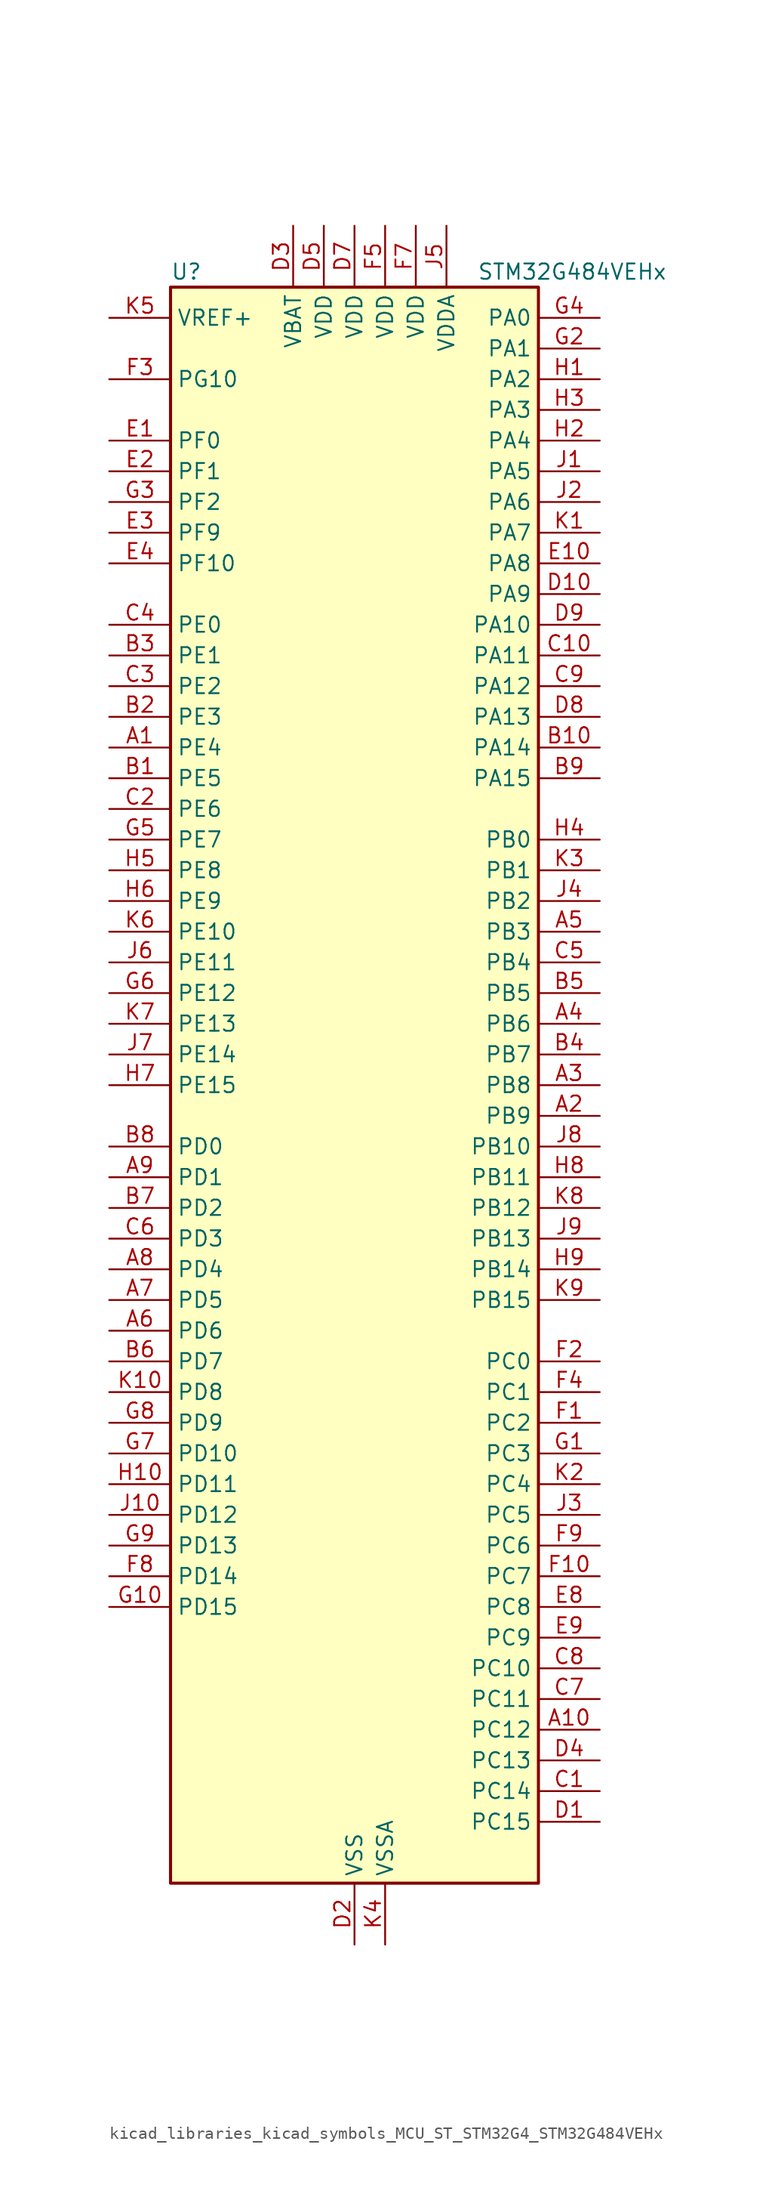
<source format=kicad_sym>
(kicad_symbol_lib
  (version 20220914)
  (generator kicad_symbol_editor)
  (symbol "kicad_libraries_kicad_symbols_MCU_ST_STM32G4_STM32G484VEHx"
    (property "Reference" "U"
      (at -15.24 67.31 0)
      (effects (font (size 1.27 1.27)) (justify left)))
    (property "Value" "STM32G484VEHx"
      (at 10.16 67.31 0)
      (effects (font (size 1.27 1.27)) (justify left)))
    (property "ki_locked" ""
      (at 0 0 0)
      (effects (font (size 1.27 1.27))))
    (symbol "kicad_libraries_kicad_symbols_MCU_ST_STM32G4_STM32G484VEHx_0_1"
      (rectangle (start -15.24 -66.04) (end 15.24 66.04) (stroke (width 0.254) (type default)) (fill (type background))))
    (symbol "kicad_libraries_kicad_symbols_MCU_ST_STM32G4_STM32G484VEHx_1_1"
      (pin bidirectional line (at -20.32 27.94 0) (length 5.08) (name "PE4" (effects (font (size 1.27 1.27)))) (number "A1" (effects (font (size 1.27 1.27)))) (alternate "FMC_A20" bidirectional line) (alternate "SAI1_D2" bidirectional line) (alternate "SAI1_FS_A" bidirectional line) (alternate "SPI4_NSS" bidirectional line) (alternate "SYS_TRACED1" bidirectional line) (alternate "TIM20_CH1N" bidirectional line) (alternate "TIM3_CH3" bidirectional line))
      (pin bidirectional line (at 20.32 -53.34 180) (length 5.08) (name "PC12" (effects (font (size 1.27 1.27)))) (number "A10" (effects (font (size 1.27 1.27)))) (alternate "HRTIM1_EEV1" bidirectional line) (alternate "I2S3_SD" bidirectional line) (alternate "SPI3_MOSI" bidirectional line) (alternate "TIM5_CH2" bidirectional line) (alternate "TIM8_CH3N" bidirectional line) (alternate "UART5_TX" bidirectional line) (alternate "UCPD1_FRSTX1" bidirectional line) (alternate "UCPD1_FRSTX2" bidirectional line) (alternate "USART3_CK" bidirectional line))
      (pin bidirectional line (at 20.32 -2.54 180) (length 5.08) (name "PB9" (effects (font (size 1.27 1.27)))) (number "A2" (effects (font (size 1.27 1.27)))) (alternate "COMP2_OUT" bidirectional line) (alternate "DAC1_EXTI9" bidirectional line) (alternate "DAC2_EXTI9" bidirectional line) (alternate "DAC3_EXTI9" bidirectional line) (alternate "DAC4_EXTI9" bidirectional line) (alternate "FDCAN1_TX" bidirectional line) (alternate "HRTIM1_EEV5" bidirectional line) (alternate "I2C1_SDA" bidirectional line) (alternate "IR_OUT" bidirectional line) (alternate "SAI1_D2" bidirectional line) (alternate "SAI1_FS_A" bidirectional line) (alternate "TIM17_CH1" bidirectional line) (alternate "TIM1_CH3N" bidirectional line) (alternate "TIM4_CH4" bidirectional line) (alternate "TIM8_CH3" bidirectional line) (alternate "USART3_TX" bidirectional line))
      (pin bidirectional line (at 20.32 0 180) (length 5.08) (name "PB8" (effects (font (size 1.27 1.27)))) (number "A3" (effects (font (size 1.27 1.27)))) (alternate "COMP1_OUT" bidirectional line) (alternate "FDCAN1_RX" bidirectional line) (alternate "HRTIM1_EEV8" bidirectional line) (alternate "I2C1_SCL" bidirectional line) (alternate "SAI1_CK1" bidirectional line) (alternate "SAI1_MCLK_A" bidirectional line) (alternate "TIM16_CH1" bidirectional line) (alternate "TIM1_BKIN" bidirectional line) (alternate "TIM4_CH3" bidirectional line) (alternate "TIM8_CH2" bidirectional line) (alternate "USART3_RX" bidirectional line))
      (pin bidirectional line (at 20.32 5.08 180) (length 5.08) (name "PB6" (effects (font (size 1.27 1.27)))) (number "A4" (effects (font (size 1.27 1.27)))) (alternate "COMP4_OUT" bidirectional line) (alternate "FDCAN2_TX" bidirectional line) (alternate "HRTIM1_EEV4" bidirectional line) (alternate "HRTIM1_SCIN" bidirectional line) (alternate "LPTIM1_ETR" bidirectional line) (alternate "SAI1_FS_B" bidirectional line) (alternate "TIM16_CH1N" bidirectional line) (alternate "TIM4_CH1" bidirectional line) (alternate "TIM8_BKIN2" bidirectional line) (alternate "TIM8_CH1" bidirectional line) (alternate "TIM8_ETR" bidirectional line) (alternate "UCPD1_CC1" bidirectional line) (alternate "USART1_TX" bidirectional line))
      (pin bidirectional line (at 20.32 12.7 180) (length 5.08) (name "PB3" (effects (font (size 1.27 1.27)))) (number "A5" (effects (font (size 1.27 1.27)))) (alternate "ADC3_EXTI3" bidirectional line) (alternate "ADC4_EXTI3" bidirectional line) (alternate "ADC5_EXTI3" bidirectional line) (alternate "CRS_SYNC" bidirectional line) (alternate "FDCAN3_RX" bidirectional line) (alternate "HRTIM1_EEV9" bidirectional line) (alternate "HRTIM1_SCOUT" bidirectional line) (alternate "I2S3_CK" bidirectional line) (alternate "SAI1_SCK_B" bidirectional line) (alternate "SPI1_SCK" bidirectional line) (alternate "SPI3_SCK" bidirectional line) (alternate "SYS_JTDO-SWO" bidirectional line) (alternate "TIM2_CH2" bidirectional line) (alternate "TIM3_ETR" bidirectional line) (alternate "TIM4_ETR" bidirectional line) (alternate "TIM8_CH1N" bidirectional line) (alternate "USART2_TX" bidirectional line))
      (pin bidirectional line (at -20.32 -20.32 0) (length 5.08) (name "PD6" (effects (font (size 1.27 1.27)))) (number "A6" (effects (font (size 1.27 1.27)))) (alternate "FMC_NWAIT" bidirectional line) (alternate "QUADSPI1_BK2_IO2" bidirectional line) (alternate "SAI1_D1" bidirectional line) (alternate "SAI1_SD_A" bidirectional line) (alternate "TIM2_CH4" bidirectional line) (alternate "USART2_RX" bidirectional line))
      (pin bidirectional line (at -20.32 -17.78 0) (length 5.08) (name "PD5" (effects (font (size 1.27 1.27)))) (number "A7" (effects (font (size 1.27 1.27)))) (alternate "FMC_NWE" bidirectional line) (alternate "QUADSPI1_BK2_IO1" bidirectional line) (alternate "USART2_TX" bidirectional line))
      (pin bidirectional line (at -20.32 -15.24 0) (length 5.08) (name "PD4" (effects (font (size 1.27 1.27)))) (number "A8" (effects (font (size 1.27 1.27)))) (alternate "FMC_NOE" bidirectional line) (alternate "QUADSPI1_BK2_IO0" bidirectional line) (alternate "TIM2_CH2" bidirectional line) (alternate "USART2_DE" bidirectional line) (alternate "USART2_RTS" bidirectional line))
      (pin bidirectional line (at -20.32 -7.62 0) (length 5.08) (name "PD1" (effects (font (size 1.27 1.27)))) (number "A9" (effects (font (size 1.27 1.27)))) (alternate "FDCAN1_TX" bidirectional line) (alternate "FMC_D3" bidirectional line) (alternate "FMC_DA3" bidirectional line) (alternate "TIM8_BKIN2" bidirectional line) (alternate "TIM8_CH4" bidirectional line))
      (pin bidirectional line (at -20.32 25.4 0) (length 5.08) (name "PE5" (effects (font (size 1.27 1.27)))) (number "B1" (effects (font (size 1.27 1.27)))) (alternate "FMC_A21" bidirectional line) (alternate "SAI1_CK2" bidirectional line) (alternate "SAI1_SCK_A" bidirectional line) (alternate "SPI4_MISO" bidirectional line) (alternate "SYS_TRACED2" bidirectional line) (alternate "TIM20_CH2N" bidirectional line) (alternate "TIM3_CH4" bidirectional line))
      (pin bidirectional line (at 20.32 27.94 180) (length 5.08) (name "PA14" (effects (font (size 1.27 1.27)))) (number "B10" (effects (font (size 1.27 1.27)))) (alternate "I2C1_SDA" bidirectional line) (alternate "I2C4_SMBA" bidirectional line) (alternate "LPTIM1_OUT" bidirectional line) (alternate "SAI1_FS_B" bidirectional line) (alternate "SYS_JTCK-SWCLK" bidirectional line) (alternate "TIM1_BKIN" bidirectional line) (alternate "TIM8_CH2" bidirectional line) (alternate "USART2_TX" bidirectional line))
      (pin bidirectional line (at -20.32 30.48 0) (length 5.08) (name "PE3" (effects (font (size 1.27 1.27)))) (number "B2" (effects (font (size 1.27 1.27)))) (alternate "ADC3_EXTI3" bidirectional line) (alternate "ADC4_EXTI3" bidirectional line) (alternate "ADC5_EXTI3" bidirectional line) (alternate "FMC_A19" bidirectional line) (alternate "SAI1_SD_B" bidirectional line) (alternate "SPI4_NSS" bidirectional line) (alternate "SYS_TRACED0" bidirectional line) (alternate "TIM20_CH2" bidirectional line) (alternate "TIM3_CH2" bidirectional line))
      (pin bidirectional line (at -20.32 35.56 0) (length 5.08) (name "PE1" (effects (font (size 1.27 1.27)))) (number "B3" (effects (font (size 1.27 1.27)))) (alternate "FMC_NBL1" bidirectional line) (alternate "TIM17_CH1" bidirectional line) (alternate "TIM20_CH4" bidirectional line) (alternate "USART1_RX" bidirectional line))
      (pin bidirectional line (at 20.32 2.54 180) (length 5.08) (name "PB7" (effects (font (size 1.27 1.27)))) (number "B4" (effects (font (size 1.27 1.27)))) (alternate "COMP3_OUT" bidirectional line) (alternate "FMC_NL" bidirectional line) (alternate "HRTIM1_EEV3" bidirectional line) (alternate "I2C1_SDA" bidirectional line) (alternate "I2C4_SDA" bidirectional line) (alternate "LPTIM1_IN2" bidirectional line) (alternate "SYS_PVD_IN" bidirectional line) (alternate "TIM17_CH1N" bidirectional line) (alternate "TIM3_CH4" bidirectional line) (alternate "TIM4_CH2" bidirectional line) (alternate "TIM8_BKIN" bidirectional line) (alternate "UART4_CTS" bidirectional line) (alternate "USART1_RX" bidirectional line))
      (pin bidirectional line (at 20.32 7.62 180) (length 5.08) (name "PB5" (effects (font (size 1.27 1.27)))) (number "B5" (effects (font (size 1.27 1.27)))) (alternate "FDCAN2_RX" bidirectional line) (alternate "HRTIM1_EEV6" bidirectional line) (alternate "I2C1_SMBA" bidirectional line) (alternate "I2C3_SDA" bidirectional line) (alternate "I2S3_SD" bidirectional line) (alternate "LPTIM1_IN1" bidirectional line) (alternate "SAI1_SD_B" bidirectional line) (alternate "SPI1_MOSI" bidirectional line) (alternate "SPI3_MOSI" bidirectional line) (alternate "TIM16_BKIN" bidirectional line) (alternate "TIM17_CH1" bidirectional line) (alternate "TIM3_CH2" bidirectional line) (alternate "TIM8_CH3N" bidirectional line) (alternate "UART5_CTS" bidirectional line) (alternate "USART2_CK" bidirectional line))
      (pin bidirectional line (at -20.32 -22.86 0) (length 5.08) (name "PD7" (effects (font (size 1.27 1.27)))) (number "B6" (effects (font (size 1.27 1.27)))) (alternate "FMC_NCE" bidirectional line) (alternate "FMC_NE1" bidirectional line) (alternate "QUADSPI1_BK2_IO3" bidirectional line) (alternate "TIM2_CH3" bidirectional line) (alternate "USART2_CK" bidirectional line))
      (pin bidirectional line (at -20.32 -10.16 0) (length 5.08) (name "PD2" (effects (font (size 1.27 1.27)))) (number "B7" (effects (font (size 1.27 1.27)))) (alternate "ADC3_EXTI2" bidirectional line) (alternate "ADC4_EXTI2" bidirectional line) (alternate "ADC5_EXTI2" bidirectional line) (alternate "TIM3_ETR" bidirectional line) (alternate "TIM8_BKIN" bidirectional line) (alternate "UART5_RX" bidirectional line))
      (pin bidirectional line (at -20.32 -5.08 0) (length 5.08) (name "PD0" (effects (font (size 1.27 1.27)))) (number "B8" (effects (font (size 1.27 1.27)))) (alternate "FDCAN1_RX" bidirectional line) (alternate "FMC_D2" bidirectional line) (alternate "FMC_DA2" bidirectional line) (alternate "TIM8_CH4N" bidirectional line))
      (pin bidirectional line (at 20.32 25.4 180) (length 5.08) (name "PA15" (effects (font (size 1.27 1.27)))) (number "B9" (effects (font (size 1.27 1.27)))) (alternate "ADC1_EXTI15" bidirectional line) (alternate "ADC2_EXTI15" bidirectional line) (alternate "FDCAN3_TX" bidirectional line) (alternate "HRTIM1_FLT2" bidirectional line) (alternate "I2C1_SCL" bidirectional line) (alternate "I2S3_WS" bidirectional line) (alternate "SPI1_NSS" bidirectional line) (alternate "SPI3_NSS" bidirectional line) (alternate "SYS_JTDI" bidirectional line) (alternate "TIM1_BKIN" bidirectional line) (alternate "TIM2_CH1" bidirectional line) (alternate "TIM2_ETR" bidirectional line) (alternate "TIM8_CH1" bidirectional line) (alternate "UART4_DE" bidirectional line) (alternate "UART4_RTS" bidirectional line) (alternate "USART2_RX" bidirectional line))
      (pin bidirectional line (at 20.32 -58.42 180) (length 5.08) (name "PC14" (effects (font (size 1.27 1.27)))) (number "C1" (effects (font (size 1.27 1.27)))) (alternate "RCC_OSC32_IN" bidirectional line))
      (pin bidirectional line (at 20.32 35.56 180) (length 5.08) (name "PA11" (effects (font (size 1.27 1.27)))) (number "C10" (effects (font (size 1.27 1.27)))) (alternate "ADC1_EXTI11" bidirectional line) (alternate "ADC2_EXTI11" bidirectional line) (alternate "COMP1_OUT" bidirectional line) (alternate "FDCAN1_RX" bidirectional line) (alternate "HRTIM1_CHB2" bidirectional line) (alternate "I2S2_SD" bidirectional line) (alternate "SPI2_MOSI" bidirectional line) (alternate "TIM1_BKIN2" bidirectional line) (alternate "TIM1_CH1N" bidirectional line) (alternate "TIM1_CH4" bidirectional line) (alternate "TIM4_CH1" bidirectional line) (alternate "USART1_CTS" bidirectional line) (alternate "USART1_NSS" bidirectional line) (alternate "USB_DM" bidirectional line))
      (pin bidirectional line (at -20.32 22.86 0) (length 5.08) (name "PE6" (effects (font (size 1.27 1.27)))) (number "C2" (effects (font (size 1.27 1.27)))) (alternate "FMC_A22" bidirectional line) (alternate "RTC_TAMP3" bidirectional line) (alternate "SAI1_D1" bidirectional line) (alternate "SAI1_SD_A" bidirectional line) (alternate "SPI4_MOSI" bidirectional line) (alternate "SYS_TRACED3" bidirectional line) (alternate "SYS_WKUP3" bidirectional line) (alternate "TIM20_CH3N" bidirectional line))
      (pin bidirectional line (at -20.32 33.02 0) (length 5.08) (name "PE2" (effects (font (size 1.27 1.27)))) (number "C3" (effects (font (size 1.27 1.27)))) (alternate "ADC3_EXTI2" bidirectional line) (alternate "ADC4_EXTI2" bidirectional line) (alternate "ADC5_EXTI2" bidirectional line) (alternate "FMC_A23" bidirectional line) (alternate "SAI1_CK1" bidirectional line) (alternate "SAI1_MCLK_A" bidirectional line) (alternate "SPI4_SCK" bidirectional line) (alternate "SYS_TRACECLK" bidirectional line) (alternate "TIM20_CH1" bidirectional line) (alternate "TIM3_CH1" bidirectional line))
      (pin bidirectional line (at -20.32 38.1 0) (length 5.08) (name "PE0" (effects (font (size 1.27 1.27)))) (number "C4" (effects (font (size 1.27 1.27)))) (alternate "FMC_NBL0" bidirectional line) (alternate "TIM16_CH1" bidirectional line) (alternate "TIM20_CH4N" bidirectional line) (alternate "TIM20_ETR" bidirectional line) (alternate "TIM4_ETR" bidirectional line) (alternate "USART1_TX" bidirectional line))
      (pin bidirectional line (at 20.32 10.16 180) (length 5.08) (name "PB4" (effects (font (size 1.27 1.27)))) (number "C5" (effects (font (size 1.27 1.27)))) (alternate "FDCAN3_TX" bidirectional line) (alternate "HRTIM1_EEV7" bidirectional line) (alternate "SAI1_MCLK_B" bidirectional line) (alternate "SPI1_MISO" bidirectional line) (alternate "SPI3_MISO" bidirectional line) (alternate "SYS_JTRST" bidirectional line) (alternate "TIM16_CH1" bidirectional line) (alternate "TIM17_BKIN" bidirectional line) (alternate "TIM3_CH1" bidirectional line) (alternate "TIM8_CH2N" bidirectional line) (alternate "UART5_DE" bidirectional line) (alternate "UART5_RTS" bidirectional line) (alternate "UCPD1_CC2" bidirectional line) (alternate "USART2_RX" bidirectional line))
      (pin bidirectional line (at -20.32 -12.7 0) (length 5.08) (name "PD3" (effects (font (size 1.27 1.27)))) (number "C6" (effects (font (size 1.27 1.27)))) (alternate "ADC3_EXTI3" bidirectional line) (alternate "ADC4_EXTI3" bidirectional line) (alternate "ADC5_EXTI3" bidirectional line) (alternate "FMC_CLK" bidirectional line) (alternate "QUADSPI1_BK2_NCS" bidirectional line) (alternate "TIM2_CH1" bidirectional line) (alternate "TIM2_ETR" bidirectional line) (alternate "USART2_CTS" bidirectional line) (alternate "USART2_NSS" bidirectional line))
      (pin bidirectional line (at 20.32 -50.8 180) (length 5.08) (name "PC11" (effects (font (size 1.27 1.27)))) (number "C7" (effects (font (size 1.27 1.27)))) (alternate "ADC1_EXTI11" bidirectional line) (alternate "ADC2_EXTI11" bidirectional line) (alternate "HRTIM1_EEV2" bidirectional line) (alternate "I2C3_SDA" bidirectional line) (alternate "SPI3_MISO" bidirectional line) (alternate "TIM8_CH2N" bidirectional line) (alternate "UART4_RX" bidirectional line) (alternate "USART3_RX" bidirectional line))
      (pin bidirectional line (at 20.32 -48.26 180) (length 5.08) (name "PC10" (effects (font (size 1.27 1.27)))) (number "C8" (effects (font (size 1.27 1.27)))) (alternate "DAC1_EXTI10" bidirectional line) (alternate "DAC2_EXTI10" bidirectional line) (alternate "DAC3_EXTI10" bidirectional line) (alternate "DAC4_EXTI10" bidirectional line) (alternate "HRTIM1_FLT6" bidirectional line) (alternate "I2S3_CK" bidirectional line) (alternate "SPI3_SCK" bidirectional line) (alternate "TIM8_CH1N" bidirectional line) (alternate "UART4_TX" bidirectional line) (alternate "USART3_TX" bidirectional line))
      (pin bidirectional line (at 20.32 33.02 180) (length 5.08) (name "PA12" (effects (font (size 1.27 1.27)))) (number "C9" (effects (font (size 1.27 1.27)))) (alternate "COMP2_OUT" bidirectional line) (alternate "FDCAN1_TX" bidirectional line) (alternate "HRTIM1_FLT1" bidirectional line) (alternate "I2S_CKIN" bidirectional line) (alternate "TIM16_CH1" bidirectional line) (alternate "TIM1_CH2N" bidirectional line) (alternate "TIM1_ETR" bidirectional line) (alternate "TIM4_CH2" bidirectional line) (alternate "USART1_DE" bidirectional line) (alternate "USART1_RTS" bidirectional line) (alternate "USB_DP" bidirectional line))
      (pin bidirectional line (at 20.32 -60.96 180) (length 5.08) (name "PC15" (effects (font (size 1.27 1.27)))) (number "D1" (effects (font (size 1.27 1.27)))) (alternate "ADC1_EXTI15" bidirectional line) (alternate "ADC2_EXTI15" bidirectional line) (alternate "RCC_OSC32_OUT" bidirectional line))
      (pin bidirectional line (at 20.32 40.64 180) (length 5.08) (name "PA9" (effects (font (size 1.27 1.27)))) (number "D10" (effects (font (size 1.27 1.27)))) (alternate "ADC5_IN2" bidirectional line) (alternate "COMP5_OUT" bidirectional line) (alternate "DAC1_EXTI9" bidirectional line) (alternate "DAC2_EXTI9" bidirectional line) (alternate "DAC3_EXTI9" bidirectional line) (alternate "DAC4_EXTI9" bidirectional line) (alternate "HRTIM1_CHA2" bidirectional line) (alternate "I2C2_SCL" bidirectional line) (alternate "I2C3_SMBA" bidirectional line) (alternate "I2S3_MCK" bidirectional line) (alternate "SAI1_FS_A" bidirectional line) (alternate "TIM15_BKIN" bidirectional line) (alternate "TIM1_CH2" bidirectional line) (alternate "TIM2_CH3" bidirectional line) (alternate "UCPD1_DBCC1" bidirectional line) (alternate "USART1_TX" bidirectional line))
      (pin power_in line (at 0 -71.12 90) (length 5.08) (name "VSS" (effects (font (size 1.27 1.27)))) (number "D2" (effects (font (size 1.27 1.27)))))
      (pin power_in line (at -5.08 71.12 270) (length 5.08) (name "VBAT" (effects (font (size 1.27 1.27)))) (number "D3" (effects (font (size 1.27 1.27)))))
      (pin bidirectional line (at 20.32 -55.88 180) (length 5.08) (name "PC13" (effects (font (size 1.27 1.27)))) (number "D4" (effects (font (size 1.27 1.27)))) (alternate "RTC_OUT1" bidirectional line) (alternate "RTC_TAMP1" bidirectional line) (alternate "RTC_TS" bidirectional line) (alternate "SYS_WKUP2" bidirectional line) (alternate "TIM1_BKIN" bidirectional line) (alternate "TIM1_CH1N" bidirectional line) (alternate "TIM8_CH4N" bidirectional line))
      (pin power_in line (at -2.54 71.12 270) (length 5.08) (name "VDD" (effects (font (size 1.27 1.27)))) (number "D5" (effects (font (size 1.27 1.27)))))
      (pin passive line (at 0 -71.12 90) (length 5.08) hide (name "VSS" (effects (font (size 1.27 1.27)))) (number "D6" (effects (font (size 1.27 1.27)))))
      (pin power_in line (at 0 71.12 270) (length 5.08) (name "VDD" (effects (font (size 1.27 1.27)))) (number "D7" (effects (font (size 1.27 1.27)))))
      (pin bidirectional line (at 20.32 30.48 180) (length 5.08) (name "PA13" (effects (font (size 1.27 1.27)))) (number "D8" (effects (font (size 1.27 1.27)))) (alternate "I2C1_SCL" bidirectional line) (alternate "I2C4_SCL" bidirectional line) (alternate "IR_OUT" bidirectional line) (alternate "SAI1_SD_B" bidirectional line) (alternate "SYS_JTMS-SWDIO" bidirectional line) (alternate "TIM16_CH1N" bidirectional line) (alternate "TIM4_CH3" bidirectional line) (alternate "USART3_CTS" bidirectional line) (alternate "USART3_NSS" bidirectional line))
      (pin bidirectional line (at 20.32 38.1 180) (length 5.08) (name "PA10" (effects (font (size 1.27 1.27)))) (number "D9" (effects (font (size 1.27 1.27)))) (alternate "COMP6_OUT" bidirectional line) (alternate "CRS_SYNC" bidirectional line) (alternate "DAC1_EXTI10" bidirectional line) (alternate "DAC2_EXTI10" bidirectional line) (alternate "DAC3_EXTI10" bidirectional line) (alternate "DAC4_EXTI10" bidirectional line) (alternate "HRTIM1_CHB1" bidirectional line) (alternate "I2C2_SMBA" bidirectional line) (alternate "SAI1_D1" bidirectional line) (alternate "SAI1_SD_A" bidirectional line) (alternate "SPI2_MISO" bidirectional line) (alternate "TIM17_BKIN" bidirectional line) (alternate "TIM1_CH3" bidirectional line) (alternate "TIM2_CH4" bidirectional line) (alternate "TIM8_BKIN" bidirectional line) (alternate "UCPD1_DBCC2" bidirectional line) (alternate "USART1_RX" bidirectional line))
      (pin bidirectional line (at -20.32 53.34 0) (length 5.08) (name "PF0" (effects (font (size 1.27 1.27)))) (number "E1" (effects (font (size 1.27 1.27)))) (alternate "ADC1_IN10" bidirectional line) (alternate "I2C2_SDA" bidirectional line) (alternate "I2S2_WS" bidirectional line) (alternate "RCC_OSC_IN" bidirectional line) (alternate "SPI2_NSS" bidirectional line) (alternate "TIM1_CH3N" bidirectional line))
      (pin bidirectional line (at 20.32 43.18 180) (length 5.08) (name "PA8" (effects (font (size 1.27 1.27)))) (number "E10" (effects (font (size 1.27 1.27)))) (alternate "ADC5_IN1" bidirectional line) (alternate "COMP7_OUT" bidirectional line) (alternate "FDCAN3_RX" bidirectional line) (alternate "HRTIM1_CHA1" bidirectional line) (alternate "I2C2_SDA" bidirectional line) (alternate "I2C3_SCL" bidirectional line) (alternate "I2S2_MCK" bidirectional line) (alternate "OPAMP5_VOUT" bidirectional line) (alternate "RCC_MCO" bidirectional line) (alternate "SAI1_CK2" bidirectional line) (alternate "SAI1_SCK_A" bidirectional line) (alternate "TIM1_CH1" bidirectional line) (alternate "TIM4_ETR" bidirectional line) (alternate "USART1_CK" bidirectional line))
      (pin bidirectional line (at -20.32 50.8 0) (length 5.08) (name "PF1" (effects (font (size 1.27 1.27)))) (number "E2" (effects (font (size 1.27 1.27)))) (alternate "ADC2_IN10" bidirectional line) (alternate "COMP3_INM" bidirectional line) (alternate "I2S2_CK" bidirectional line) (alternate "RCC_OSC_OUT" bidirectional line) (alternate "SPI2_SCK" bidirectional line))
      (pin bidirectional line (at -20.32 45.72 0) (length 5.08) (name "PF9" (effects (font (size 1.27 1.27)))) (number "E3" (effects (font (size 1.27 1.27)))) (alternate "DAC1_EXTI9" bidirectional line) (alternate "DAC2_EXTI9" bidirectional line) (alternate "DAC3_EXTI9" bidirectional line) (alternate "DAC4_EXTI9" bidirectional line) (alternate "FMC_A25" bidirectional line) (alternate "QUADSPI1_BK1_IO1" bidirectional line) (alternate "SAI1_FS_B" bidirectional line) (alternate "SPI2_SCK" bidirectional line) (alternate "TIM15_CH1" bidirectional line) (alternate "TIM20_BKIN" bidirectional line) (alternate "TIM5_CH4" bidirectional line))
      (pin bidirectional line (at -20.32 43.18 0) (length 5.08) (name "PF10" (effects (font (size 1.27 1.27)))) (number "E4" (effects (font (size 1.27 1.27)))) (alternate "DAC1_EXTI10" bidirectional line) (alternate "DAC2_EXTI10" bidirectional line) (alternate "DAC3_EXTI10" bidirectional line) (alternate "DAC4_EXTI10" bidirectional line) (alternate "FMC_A0" bidirectional line) (alternate "QUADSPI1_CLK" bidirectional line) (alternate "SAI1_D3" bidirectional line) (alternate "SPI2_SCK" bidirectional line) (alternate "TIM15_CH2" bidirectional line) (alternate "TIM20_BKIN2" bidirectional line))
      (pin passive line (at 0 -71.12 90) (length 5.08) hide (name "VSS" (effects (font (size 1.27 1.27)))) (number "E5" (effects (font (size 1.27 1.27)))))
      (pin passive line (at 0 -71.12 90) (length 5.08) hide (name "VSS" (effects (font (size 1.27 1.27)))) (number "E6" (effects (font (size 1.27 1.27)))))
      (pin passive line (at 0 -71.12 90) (length 5.08) hide (name "VSS" (effects (font (size 1.27 1.27)))) (number "E7" (effects (font (size 1.27 1.27)))))
      (pin bidirectional line (at 20.32 -43.18 180) (length 5.08) (name "PC8" (effects (font (size 1.27 1.27)))) (number "E8" (effects (font (size 1.27 1.27)))) (alternate "COMP7_OUT" bidirectional line) (alternate "HRTIM1_CHE1" bidirectional line) (alternate "I2C3_SCL" bidirectional line) (alternate "TIM20_CH3" bidirectional line) (alternate "TIM3_CH3" bidirectional line) (alternate "TIM8_CH3" bidirectional line))
      (pin bidirectional line (at 20.32 -45.72 180) (length 5.08) (name "PC9" (effects (font (size 1.27 1.27)))) (number "E9" (effects (font (size 1.27 1.27)))) (alternate "DAC1_EXTI9" bidirectional line) (alternate "DAC2_EXTI9" bidirectional line) (alternate "DAC3_EXTI9" bidirectional line) (alternate "DAC4_EXTI9" bidirectional line) (alternate "HRTIM1_CHE2" bidirectional line) (alternate "I2C3_SDA" bidirectional line) (alternate "I2S_CKIN" bidirectional line) (alternate "TIM3_CH4" bidirectional line) (alternate "TIM8_BKIN2" bidirectional line) (alternate "TIM8_CH4" bidirectional line))
      (pin bidirectional line (at 20.32 -27.94 180) (length 5.08) (name "PC2" (effects (font (size 1.27 1.27)))) (number "F1" (effects (font (size 1.27 1.27)))) (alternate "ADC1_IN8" bidirectional line) (alternate "ADC2_IN8" bidirectional line) (alternate "ADC3_EXTI2" bidirectional line) (alternate "ADC4_EXTI2" bidirectional line) (alternate "ADC5_EXTI2" bidirectional line) (alternate "COMP3_OUT" bidirectional line) (alternate "LPTIM1_IN2" bidirectional line) (alternate "QUADSPI1_BK2_IO1" bidirectional line) (alternate "TIM1_CH3" bidirectional line) (alternate "TIM20_CH2" bidirectional line))
      (pin bidirectional line (at 20.32 -40.64 180) (length 5.08) (name "PC7" (effects (font (size 1.27 1.27)))) (number "F10" (effects (font (size 1.27 1.27)))) (alternate "COMP5_OUT" bidirectional line) (alternate "HRTIM1_CHF2" bidirectional line) (alternate "HRTIM1_FLT5" bidirectional line) (alternate "I2C4_SDA" bidirectional line) (alternate "I2S3_MCK" bidirectional line) (alternate "TIM3_CH2" bidirectional line) (alternate "TIM8_CH2" bidirectional line))
      (pin bidirectional line (at 20.32 -22.86 180) (length 5.08) (name "PC0" (effects (font (size 1.27 1.27)))) (number "F2" (effects (font (size 1.27 1.27)))) (alternate "ADC1_IN6" bidirectional line) (alternate "ADC2_IN6" bidirectional line) (alternate "COMP3_INM" bidirectional line) (alternate "LPTIM1_IN1" bidirectional line) (alternate "LPUART1_RX" bidirectional line) (alternate "TIM1_CH1" bidirectional line))
      (pin bidirectional line (at -20.32 58.42 0) (length 5.08) (name "PG10" (effects (font (size 1.27 1.27)))) (number "F3" (effects (font (size 1.27 1.27)))) (alternate "DAC1_EXTI10" bidirectional line) (alternate "DAC2_EXTI10" bidirectional line) (alternate "DAC3_EXTI10" bidirectional line) (alternate "DAC4_EXTI10" bidirectional line) (alternate "RCC_MCO" bidirectional line))
      (pin bidirectional line (at 20.32 -25.4 180) (length 5.08) (name "PC1" (effects (font (size 1.27 1.27)))) (number "F4" (effects (font (size 1.27 1.27)))) (alternate "ADC1_IN7" bidirectional line) (alternate "ADC2_IN7" bidirectional line) (alternate "COMP3_INP" bidirectional line) (alternate "LPTIM1_OUT" bidirectional line) (alternate "LPUART1_TX" bidirectional line) (alternate "QUADSPI1_BK2_IO0" bidirectional line) (alternate "SAI1_SD_A" bidirectional line) (alternate "TIM1_CH2" bidirectional line))
      (pin power_in line (at 2.54 71.12 270) (length 5.08) (name "VDD" (effects (font (size 1.27 1.27)))) (number "F5" (effects (font (size 1.27 1.27)))))
      (pin passive line (at 0 -71.12 90) (length 5.08) hide (name "VSS" (effects (font (size 1.27 1.27)))) (number "F6" (effects (font (size 1.27 1.27)))))
      (pin power_in line (at 5.08 71.12 270) (length 5.08) (name "VDD" (effects (font (size 1.27 1.27)))) (number "F7" (effects (font (size 1.27 1.27)))))
      (pin bidirectional line (at -20.32 -40.64 0) (length 5.08) (name "PD14" (effects (font (size 1.27 1.27)))) (number "F8" (effects (font (size 1.27 1.27)))) (alternate "ADC3_IN11" bidirectional line) (alternate "ADC4_IN11" bidirectional line) (alternate "ADC5_IN11" bidirectional line) (alternate "COMP7_INP" bidirectional line) (alternate "FMC_D0" bidirectional line) (alternate "FMC_DA0" bidirectional line) (alternate "OPAMP2_VINP" bidirectional line) (alternate "OPAMP2_VINP_SEC" bidirectional line) (alternate "TIM4_CH3" bidirectional line))
      (pin bidirectional line (at 20.32 -38.1 180) (length 5.08) (name "PC6" (effects (font (size 1.27 1.27)))) (number "F9" (effects (font (size 1.27 1.27)))) (alternate "COMP6_OUT" bidirectional line) (alternate "HRTIM1_CHF1" bidirectional line) (alternate "HRTIM1_EEV10" bidirectional line) (alternate "I2C4_SCL" bidirectional line) (alternate "I2S2_MCK" bidirectional line) (alternate "TIM3_CH1" bidirectional line) (alternate "TIM8_CH1" bidirectional line))
      (pin bidirectional line (at 20.32 -30.48 180) (length 5.08) (name "PC3" (effects (font (size 1.27 1.27)))) (number "G1" (effects (font (size 1.27 1.27)))) (alternate "ADC1_IN9" bidirectional line) (alternate "ADC2_IN9" bidirectional line) (alternate "ADC3_EXTI3" bidirectional line) (alternate "ADC4_EXTI3" bidirectional line) (alternate "ADC5_EXTI3" bidirectional line) (alternate "LPTIM1_ETR" bidirectional line) (alternate "OPAMP5_VINP" bidirectional line) (alternate "OPAMP5_VINP_SEC" bidirectional line) (alternate "QUADSPI1_BK2_IO2" bidirectional line) (alternate "SAI1_D1" bidirectional line) (alternate "SAI1_SD_A" bidirectional line) (alternate "TIM1_BKIN2" bidirectional line) (alternate "TIM1_CH4" bidirectional line))
      (pin bidirectional line (at -20.32 -43.18 0) (length 5.08) (name "PD15" (effects (font (size 1.27 1.27)))) (number "G10" (effects (font (size 1.27 1.27)))) (alternate "ADC1_EXTI15" bidirectional line) (alternate "ADC2_EXTI15" bidirectional line) (alternate "COMP7_INM" bidirectional line) (alternate "FMC_D1" bidirectional line) (alternate "FMC_DA1" bidirectional line) (alternate "SPI2_NSS" bidirectional line) (alternate "TIM4_CH4" bidirectional line))
      (pin bidirectional line (at 20.32 60.96 180) (length 5.08) (name "PA1" (effects (font (size 1.27 1.27)))) (number "G2" (effects (font (size 1.27 1.27)))) (alternate "ADC1_IN2" bidirectional line) (alternate "ADC2_IN2" bidirectional line) (alternate "COMP1_INP" bidirectional line) (alternate "OPAMP1_VINP" bidirectional line) (alternate "OPAMP1_VINP_SEC" bidirectional line) (alternate "OPAMP3_VINP" bidirectional line) (alternate "OPAMP3_VINP_SEC" bidirectional line) (alternate "OPAMP6_VINM" bidirectional line) (alternate "OPAMP6_VINM0" bidirectional line) (alternate "OPAMP6_VINM_SEC" bidirectional line) (alternate "RTC_REFIN" bidirectional line) (alternate "TIM15_CH1N" bidirectional line) (alternate "TIM2_CH2" bidirectional line) (alternate "TIM5_CH2" bidirectional line) (alternate "USART2_DE" bidirectional line) (alternate "USART2_RTS" bidirectional line))
      (pin bidirectional line (at -20.32 48.26 0) (length 5.08) (name "PF2" (effects (font (size 1.27 1.27)))) (number "G3" (effects (font (size 1.27 1.27)))) (alternate "ADC3_EXTI2" bidirectional line) (alternate "ADC4_EXTI2" bidirectional line) (alternate "ADC5_EXTI2" bidirectional line) (alternate "FMC_A2" bidirectional line) (alternate "I2C2_SMBA" bidirectional line) (alternate "TIM20_CH3" bidirectional line))
      (pin bidirectional line (at 20.32 63.5 180) (length 5.08) (name "PA0" (effects (font (size 1.27 1.27)))) (number "G4" (effects (font (size 1.27 1.27)))) (alternate "ADC1_IN1" bidirectional line) (alternate "ADC2_IN1" bidirectional line) (alternate "COMP1_INM" bidirectional line) (alternate "COMP1_OUT" bidirectional line) (alternate "COMP3_INP" bidirectional line) (alternate "RTC_TAMP2" bidirectional line) (alternate "SYS_WKUP1" bidirectional line) (alternate "TIM2_CH1" bidirectional line) (alternate "TIM2_ETR" bidirectional line) (alternate "TIM5_CH1" bidirectional line) (alternate "TIM8_BKIN" bidirectional line) (alternate "TIM8_ETR" bidirectional line) (alternate "USART2_CTS" bidirectional line) (alternate "USART2_NSS" bidirectional line))
      (pin bidirectional line (at -20.32 20.32 0) (length 5.08) (name "PE7" (effects (font (size 1.27 1.27)))) (number "G5" (effects (font (size 1.27 1.27)))) (alternate "ADC3_IN4" bidirectional line) (alternate "COMP4_INP" bidirectional line) (alternate "FMC_D4" bidirectional line) (alternate "FMC_DA4" bidirectional line) (alternate "SAI1_SD_B" bidirectional line) (alternate "TIM1_ETR" bidirectional line))
      (pin bidirectional line (at -20.32 7.62 0) (length 5.08) (name "PE12" (effects (font (size 1.27 1.27)))) (number "G6" (effects (font (size 1.27 1.27)))) (alternate "ADC3_IN16" bidirectional line) (alternate "ADC4_IN16" bidirectional line) (alternate "ADC5_IN16" bidirectional line) (alternate "FMC_D9" bidirectional line) (alternate "FMC_DA9" bidirectional line) (alternate "QUADSPI1_BK1_IO0" bidirectional line) (alternate "SPI4_SCK" bidirectional line) (alternate "TIM1_CH3N" bidirectional line))
      (pin bidirectional line (at -20.32 -30.48 0) (length 5.08) (name "PD10" (effects (font (size 1.27 1.27)))) (number "G7" (effects (font (size 1.27 1.27)))) (alternate "ADC3_IN7" bidirectional line) (alternate "ADC4_IN7" bidirectional line) (alternate "ADC5_IN7" bidirectional line) (alternate "COMP6_INM" bidirectional line) (alternate "DAC1_EXTI10" bidirectional line) (alternate "DAC2_EXTI10" bidirectional line) (alternate "DAC3_EXTI10" bidirectional line) (alternate "DAC4_EXTI10" bidirectional line) (alternate "FMC_D15" bidirectional line) (alternate "FMC_DA15" bidirectional line) (alternate "USART3_CK" bidirectional line))
      (pin bidirectional line (at -20.32 -27.94 0) (length 5.08) (name "PD9" (effects (font (size 1.27 1.27)))) (number "G8" (effects (font (size 1.27 1.27)))) (alternate "ADC4_IN13" bidirectional line) (alternate "ADC5_IN13" bidirectional line) (alternate "DAC1_EXTI9" bidirectional line) (alternate "DAC2_EXTI9" bidirectional line) (alternate "DAC3_EXTI9" bidirectional line) (alternate "DAC4_EXTI9" bidirectional line) (alternate "FMC_D14" bidirectional line) (alternate "FMC_DA14" bidirectional line) (alternate "OPAMP6_VINP" bidirectional line) (alternate "OPAMP6_VINP_SEC" bidirectional line) (alternate "USART3_RX" bidirectional line))
      (pin bidirectional line (at -20.32 -38.1 0) (length 5.08) (name "PD13" (effects (font (size 1.27 1.27)))) (number "G9" (effects (font (size 1.27 1.27)))) (alternate "ADC3_IN10" bidirectional line) (alternate "ADC4_IN10" bidirectional line) (alternate "ADC5_IN10" bidirectional line) (alternate "COMP5_INM" bidirectional line) (alternate "FMC_A18" bidirectional line) (alternate "TIM4_CH2" bidirectional line))
      (pin bidirectional line (at 20.32 58.42 180) (length 5.08) (name "PA2" (effects (font (size 1.27 1.27)))) (number "H1" (effects (font (size 1.27 1.27)))) (alternate "ADC1_IN3" bidirectional line) (alternate "ADC3_EXTI2" bidirectional line) (alternate "ADC4_EXTI2" bidirectional line) (alternate "ADC5_EXTI2" bidirectional line) (alternate "COMP2_INM" bidirectional line) (alternate "COMP2_OUT" bidirectional line) (alternate "LPUART1_TX" bidirectional line) (alternate "OPAMP1_VOUT" bidirectional line) (alternate "QUADSPI1_BK1_NCS" bidirectional line) (alternate "RCC_LSCO" bidirectional line) (alternate "SYS_WKUP4" bidirectional line) (alternate "TIM15_CH1" bidirectional line) (alternate "TIM2_CH3" bidirectional line) (alternate "TIM5_CH3" bidirectional line) (alternate "UCPD1_FRSTX1" bidirectional line) (alternate "UCPD1_FRSTX2" bidirectional line) (alternate "USART2_TX" bidirectional line))
      (pin bidirectional line (at -20.32 -33.02 0) (length 5.08) (name "PD11" (effects (font (size 1.27 1.27)))) (number "H10" (effects (font (size 1.27 1.27)))) (alternate "ADC1_EXTI11" bidirectional line) (alternate "ADC2_EXTI11" bidirectional line) (alternate "ADC3_IN8" bidirectional line) (alternate "ADC4_IN8" bidirectional line) (alternate "ADC5_IN8" bidirectional line) (alternate "COMP6_INP" bidirectional line) (alternate "FMC_A16" bidirectional line) (alternate "FMC_CLE" bidirectional line) (alternate "I2C4_SMBA" bidirectional line) (alternate "OPAMP4_VINP" bidirectional line) (alternate "OPAMP4_VINP_SEC" bidirectional line) (alternate "TIM5_ETR" bidirectional line) (alternate "USART3_CTS" bidirectional line) (alternate "USART3_NSS" bidirectional line))
      (pin bidirectional line (at 20.32 53.34 180) (length 5.08) (name "PA4" (effects (font (size 1.27 1.27)))) (number "H2" (effects (font (size 1.27 1.27)))) (alternate "ADC2_IN17" bidirectional line) (alternate "COMP1_INM" bidirectional line) (alternate "DAC1_OUT1" bidirectional line) (alternate "I2S3_WS" bidirectional line) (alternate "SAI1_FS_B" bidirectional line) (alternate "SPI1_NSS" bidirectional line) (alternate "SPI3_NSS" bidirectional line) (alternate "TIM3_CH2" bidirectional line) (alternate "USART2_CK" bidirectional line))
      (pin bidirectional line (at 20.32 55.88 180) (length 5.08) (name "PA3" (effects (font (size 1.27 1.27)))) (number "H3" (effects (font (size 1.27 1.27)))) (alternate "ADC1_IN4" bidirectional line) (alternate "ADC3_EXTI3" bidirectional line) (alternate "ADC4_EXTI3" bidirectional line) (alternate "ADC5_EXTI3" bidirectional line) (alternate "COMP2_INP" bidirectional line) (alternate "LPUART1_RX" bidirectional line) (alternate "OPAMP1_VINM" bidirectional line) (alternate "OPAMP1_VINM0" bidirectional line) (alternate "OPAMP1_VINM_SEC" bidirectional line) (alternate "OPAMP1_VINP" bidirectional line) (alternate "OPAMP1_VINP_SEC" bidirectional line) (alternate "OPAMP5_VINM" bidirectional line) (alternate "OPAMP5_VINM1" bidirectional line) (alternate "OPAMP5_VINM_SEC" bidirectional line) (alternate "QUADSPI1_CLK" bidirectional line) (alternate "SAI1_CK1" bidirectional line) (alternate "SAI1_MCLK_A" bidirectional line) (alternate "TIM15_CH2" bidirectional line) (alternate "TIM2_CH4" bidirectional line) (alternate "TIM5_CH4" bidirectional line) (alternate "USART2_RX" bidirectional line))
      (pin bidirectional line (at 20.32 20.32 180) (length 5.08) (name "PB0" (effects (font (size 1.27 1.27)))) (number "H4" (effects (font (size 1.27 1.27)))) (alternate "ADC1_IN15" bidirectional line) (alternate "ADC3_IN12" bidirectional line) (alternate "COMP4_INP" bidirectional line) (alternate "HRTIM1_FLT5" bidirectional line) (alternate "OPAMP2_VINP" bidirectional line) (alternate "OPAMP2_VINP_SEC" bidirectional line) (alternate "OPAMP3_VINP" bidirectional line) (alternate "OPAMP3_VINP_SEC" bidirectional line) (alternate "QUADSPI1_BK1_IO1" bidirectional line) (alternate "TIM1_CH2N" bidirectional line) (alternate "TIM3_CH3" bidirectional line) (alternate "TIM8_CH2N" bidirectional line) (alternate "UCPD1_FRSTX1" bidirectional line) (alternate "UCPD1_FRSTX2" bidirectional line))
      (pin bidirectional line (at -20.32 17.78 0) (length 5.08) (name "PE8" (effects (font (size 1.27 1.27)))) (number "H5" (effects (font (size 1.27 1.27)))) (alternate "ADC3_IN6" bidirectional line) (alternate "ADC4_IN6" bidirectional line) (alternate "ADC5_IN6" bidirectional line) (alternate "COMP4_INM" bidirectional line) (alternate "FMC_D5" bidirectional line) (alternate "FMC_DA5" bidirectional line) (alternate "SAI1_SCK_B" bidirectional line) (alternate "TIM1_CH1N" bidirectional line) (alternate "TIM5_CH3" bidirectional line))
      (pin bidirectional line (at -20.32 15.24 0) (length 5.08) (name "PE9" (effects (font (size 1.27 1.27)))) (number "H6" (effects (font (size 1.27 1.27)))) (alternate "ADC3_IN2" bidirectional line) (alternate "DAC1_EXTI9" bidirectional line) (alternate "DAC2_EXTI9" bidirectional line) (alternate "DAC3_EXTI9" bidirectional line) (alternate "DAC4_EXTI9" bidirectional line) (alternate "FMC_D6" bidirectional line) (alternate "FMC_DA6" bidirectional line) (alternate "SAI1_FS_B" bidirectional line) (alternate "TIM1_CH1" bidirectional line) (alternate "TIM5_CH4" bidirectional line))
      (pin bidirectional line (at -20.32 0 0) (length 5.08) (name "PE15" (effects (font (size 1.27 1.27)))) (number "H7" (effects (font (size 1.27 1.27)))) (alternate "ADC1_EXTI15" bidirectional line) (alternate "ADC2_EXTI15" bidirectional line) (alternate "ADC4_IN2" bidirectional line) (alternate "FMC_D12" bidirectional line) (alternate "FMC_DA12" bidirectional line) (alternate "QUADSPI1_BK1_IO3" bidirectional line) (alternate "TIM1_BKIN" bidirectional line) (alternate "TIM1_CH4N" bidirectional line) (alternate "USART3_RX" bidirectional line))
      (pin bidirectional line (at 20.32 -7.62 180) (length 5.08) (name "PB11" (effects (font (size 1.27 1.27)))) (number "H8" (effects (font (size 1.27 1.27)))) (alternate "ADC1_EXTI11" bidirectional line) (alternate "ADC1_IN14" bidirectional line) (alternate "ADC2_EXTI11" bidirectional line) (alternate "ADC2_IN14" bidirectional line) (alternate "COMP6_INP" bidirectional line) (alternate "HRTIM1_FLT4" bidirectional line) (alternate "LPUART1_TX" bidirectional line) (alternate "OPAMP4_VINP" bidirectional line) (alternate "OPAMP4_VINP_SEC" bidirectional line) (alternate "OPAMP6_VOUT" bidirectional line) (alternate "QUADSPI1_BK1_NCS" bidirectional line) (alternate "TIM2_CH4" bidirectional line) (alternate "USART3_RX" bidirectional line))
      (pin bidirectional line (at 20.32 -15.24 180) (length 5.08) (name "PB14" (effects (font (size 1.27 1.27)))) (number "H9" (effects (font (size 1.27 1.27)))) (alternate "ADC1_IN5" bidirectional line) (alternate "ADC4_IN4" bidirectional line) (alternate "COMP4_OUT" bidirectional line) (alternate "COMP7_INP" bidirectional line) (alternate "HRTIM1_CHD1" bidirectional line) (alternate "OPAMP2_VINP" bidirectional line) (alternate "OPAMP2_VINP_SEC" bidirectional line) (alternate "OPAMP5_VINP" bidirectional line) (alternate "OPAMP5_VINP_SEC" bidirectional line) (alternate "SPI2_MISO" bidirectional line) (alternate "TIM15_CH1" bidirectional line) (alternate "TIM1_CH2N" bidirectional line) (alternate "USART3_DE" bidirectional line) (alternate "USART3_RTS" bidirectional line))
      (pin bidirectional line (at 20.32 50.8 180) (length 5.08) (name "PA5" (effects (font (size 1.27 1.27)))) (number "J1" (effects (font (size 1.27 1.27)))) (alternate "ADC2_IN13" bidirectional line) (alternate "COMP2_INM" bidirectional line) (alternate "DAC1_OUT2" bidirectional line) (alternate "OPAMP2_VINM" bidirectional line) (alternate "OPAMP2_VINM0" bidirectional line) (alternate "OPAMP2_VINM_SEC" bidirectional line) (alternate "SPI1_SCK" bidirectional line) (alternate "TIM2_CH1" bidirectional line) (alternate "TIM2_ETR" bidirectional line) (alternate "UCPD1_FRSTX1" bidirectional line) (alternate "UCPD1_FRSTX2" bidirectional line))
      (pin bidirectional line (at -20.32 -35.56 0) (length 5.08) (name "PD12" (effects (font (size 1.27 1.27)))) (number "J10" (effects (font (size 1.27 1.27)))) (alternate "ADC3_IN9" bidirectional line) (alternate "ADC4_IN9" bidirectional line) (alternate "ADC5_IN9" bidirectional line) (alternate "COMP5_INP" bidirectional line) (alternate "FMC_A17" bidirectional line) (alternate "FMC_ALE" bidirectional line) (alternate "OPAMP5_VINP" bidirectional line) (alternate "OPAMP5_VINP_SEC" bidirectional line) (alternate "TIM4_CH1" bidirectional line) (alternate "USART3_DE" bidirectional line) (alternate "USART3_RTS" bidirectional line))
      (pin bidirectional line (at 20.32 48.26 180) (length 5.08) (name "PA6" (effects (font (size 1.27 1.27)))) (number "J2" (effects (font (size 1.27 1.27)))) (alternate "ADC2_IN3" bidirectional line) (alternate "COMP1_OUT" bidirectional line) (alternate "DAC2_OUT1" bidirectional line) (alternate "LPUART1_CTS" bidirectional line) (alternate "OPAMP2_VOUT" bidirectional line) (alternate "QUADSPI1_BK1_IO3" bidirectional line) (alternate "SPI1_MISO" bidirectional line) (alternate "TIM16_CH1" bidirectional line) (alternate "TIM1_BKIN" bidirectional line) (alternate "TIM3_CH1" bidirectional line) (alternate "TIM8_BKIN" bidirectional line))
      (pin bidirectional line (at 20.32 -35.56 180) (length 5.08) (name "PC5" (effects (font (size 1.27 1.27)))) (number "J3" (effects (font (size 1.27 1.27)))) (alternate "ADC2_IN11" bidirectional line) (alternate "HRTIM1_EEV10" bidirectional line) (alternate "OPAMP1_VINM" bidirectional line) (alternate "OPAMP1_VINM1" bidirectional line) (alternate "OPAMP1_VINM_SEC" bidirectional line) (alternate "OPAMP2_VINM" bidirectional line) (alternate "OPAMP2_VINM1" bidirectional line) (alternate "OPAMP2_VINM_SEC" bidirectional line) (alternate "SAI1_D3" bidirectional line) (alternate "SYS_WKUP5" bidirectional line) (alternate "TIM15_BKIN" bidirectional line) (alternate "TIM1_CH4N" bidirectional line) (alternate "USART1_RX" bidirectional line))
      (pin bidirectional line (at 20.32 15.24 180) (length 5.08) (name "PB2" (effects (font (size 1.27 1.27)))) (number "J4" (effects (font (size 1.27 1.27)))) (alternate "ADC2_IN12" bidirectional line) (alternate "ADC3_EXTI2" bidirectional line) (alternate "ADC4_EXTI2" bidirectional line) (alternate "ADC5_EXTI2" bidirectional line) (alternate "COMP4_INM" bidirectional line) (alternate "HRTIM1_SCIN" bidirectional line) (alternate "I2C3_SMBA" bidirectional line) (alternate "LPTIM1_OUT" bidirectional line) (alternate "OPAMP3_VINM" bidirectional line) (alternate "OPAMP3_VINM0" bidirectional line) (alternate "OPAMP3_VINM_SEC" bidirectional line) (alternate "QUADSPI1_BK2_IO1" bidirectional line) (alternate "RTC_OUT2" bidirectional line) (alternate "TIM20_CH1" bidirectional line) (alternate "TIM5_CH1" bidirectional line))
      (pin power_in line (at 7.62 71.12 270) (length 5.08) (name "VDDA" (effects (font (size 1.27 1.27)))) (number "J5" (effects (font (size 1.27 1.27)))))
      (pin bidirectional line (at -20.32 10.16 0) (length 5.08) (name "PE11" (effects (font (size 1.27 1.27)))) (number "J6" (effects (font (size 1.27 1.27)))) (alternate "ADC1_EXTI11" bidirectional line) (alternate "ADC2_EXTI11" bidirectional line) (alternate "ADC3_IN15" bidirectional line) (alternate "ADC4_IN15" bidirectional line) (alternate "ADC5_IN15" bidirectional line) (alternate "FMC_D8" bidirectional line) (alternate "FMC_DA8" bidirectional line) (alternate "QUADSPI1_BK1_NCS" bidirectional line) (alternate "SPI4_NSS" bidirectional line) (alternate "TIM1_CH2" bidirectional line))
      (pin bidirectional line (at -20.32 2.54 0) (length 5.08) (name "PE14" (effects (font (size 1.27 1.27)))) (number "J7" (effects (font (size 1.27 1.27)))) (alternate "ADC4_IN1" bidirectional line) (alternate "FMC_D11" bidirectional line) (alternate "FMC_DA11" bidirectional line) (alternate "QUADSPI1_BK1_IO2" bidirectional line) (alternate "SPI4_MOSI" bidirectional line) (alternate "TIM1_BKIN2" bidirectional line) (alternate "TIM1_CH4" bidirectional line))
      (pin bidirectional line (at 20.32 -5.08 180) (length 5.08) (name "PB10" (effects (font (size 1.27 1.27)))) (number "J8" (effects (font (size 1.27 1.27)))) (alternate "COMP5_INM" bidirectional line) (alternate "DAC1_EXTI10" bidirectional line) (alternate "DAC2_EXTI10" bidirectional line) (alternate "DAC3_EXTI10" bidirectional line) (alternate "DAC4_EXTI10" bidirectional line) (alternate "HRTIM1_FLT3" bidirectional line) (alternate "LPUART1_RX" bidirectional line) (alternate "OPAMP3_VINM" bidirectional line) (alternate "OPAMP3_VINM1" bidirectional line) (alternate "OPAMP3_VINM_SEC" bidirectional line) (alternate "OPAMP4_VINM" bidirectional line) (alternate "OPAMP4_VINM0" bidirectional line) (alternate "OPAMP4_VINM_SEC" bidirectional line) (alternate "QUADSPI1_CLK" bidirectional line) (alternate "SAI1_SCK_A" bidirectional line) (alternate "TIM1_BKIN" bidirectional line) (alternate "TIM2_CH3" bidirectional line) (alternate "USART3_TX" bidirectional line))
      (pin bidirectional line (at 20.32 -12.7 180) (length 5.08) (name "PB13" (effects (font (size 1.27 1.27)))) (number "J9" (effects (font (size 1.27 1.27)))) (alternate "ADC3_IN5" bidirectional line) (alternate "COMP5_INP" bidirectional line) (alternate "FDCAN2_TX" bidirectional line) (alternate "HRTIM1_CHC2" bidirectional line) (alternate "I2S2_CK" bidirectional line) (alternate "LPUART1_CTS" bidirectional line) (alternate "OPAMP3_VINP" bidirectional line) (alternate "OPAMP3_VINP_SEC" bidirectional line) (alternate "OPAMP4_VINP" bidirectional line) (alternate "OPAMP4_VINP_SEC" bidirectional line) (alternate "OPAMP6_VINP" bidirectional line) (alternate "OPAMP6_VINP_SEC" bidirectional line) (alternate "SPI2_SCK" bidirectional line) (alternate "TIM1_CH1N" bidirectional line) (alternate "USART3_CTS" bidirectional line) (alternate "USART3_NSS" bidirectional line))
      (pin bidirectional line (at 20.32 45.72 180) (length 5.08) (name "PA7" (effects (font (size 1.27 1.27)))) (number "K1" (effects (font (size 1.27 1.27)))) (alternate "ADC2_IN4" bidirectional line) (alternate "COMP2_INP" bidirectional line) (alternate "COMP2_OUT" bidirectional line) (alternate "OPAMP1_VINP" bidirectional line) (alternate "OPAMP1_VINP_SEC" bidirectional line) (alternate "OPAMP2_VINP" bidirectional line) (alternate "OPAMP2_VINP_SEC" bidirectional line) (alternate "QUADSPI1_BK1_IO2" bidirectional line) (alternate "SPI1_MOSI" bidirectional line) (alternate "TIM17_CH1" bidirectional line) (alternate "TIM1_CH1N" bidirectional line) (alternate "TIM3_CH2" bidirectional line) (alternate "TIM8_CH1N" bidirectional line) (alternate "UCPD1_FRSTX1" bidirectional line) (alternate "UCPD1_FRSTX2" bidirectional line))
      (pin bidirectional line (at -20.32 -25.4 0) (length 5.08) (name "PD8" (effects (font (size 1.27 1.27)))) (number "K10" (effects (font (size 1.27 1.27)))) (alternate "ADC4_IN12" bidirectional line) (alternate "ADC5_IN12" bidirectional line) (alternate "FMC_D13" bidirectional line) (alternate "FMC_DA13" bidirectional line) (alternate "OPAMP4_VINM" bidirectional line) (alternate "OPAMP4_VINM1" bidirectional line) (alternate "OPAMP4_VINM_SEC" bidirectional line) (alternate "USART3_TX" bidirectional line))
      (pin bidirectional line (at 20.32 -33.02 180) (length 5.08) (name "PC4" (effects (font (size 1.27 1.27)))) (number "K2" (effects (font (size 1.27 1.27)))) (alternate "ADC2_IN5" bidirectional line) (alternate "I2C2_SCL" bidirectional line) (alternate "QUADSPI1_BK2_IO3" bidirectional line) (alternate "TIM1_ETR" bidirectional line) (alternate "USART1_TX" bidirectional line))
      (pin bidirectional line (at 20.32 17.78 180) (length 5.08) (name "PB1" (effects (font (size 1.27 1.27)))) (number "K3" (effects (font (size 1.27 1.27)))) (alternate "ADC1_IN12" bidirectional line) (alternate "ADC3_IN1" bidirectional line) (alternate "COMP1_INP" bidirectional line) (alternate "COMP4_OUT" bidirectional line) (alternate "HRTIM1_SCOUT" bidirectional line) (alternate "LPUART1_DE" bidirectional line) (alternate "LPUART1_RTS" bidirectional line) (alternate "OPAMP3_VOUT" bidirectional line) (alternate "OPAMP6_VINM" bidirectional line) (alternate "OPAMP6_VINM1" bidirectional line) (alternate "OPAMP6_VINM_SEC" bidirectional line) (alternate "QUADSPI1_BK1_IO0" bidirectional line) (alternate "TIM1_CH3N" bidirectional line) (alternate "TIM3_CH4" bidirectional line) (alternate "TIM8_CH3N" bidirectional line))
      (pin power_in line (at 2.54 -71.12 90) (length 5.08) (name "VSSA" (effects (font (size 1.27 1.27)))) (number "K4" (effects (font (size 1.27 1.27)))))
      (pin input line (at -20.32 63.5 0) (length 5.08) (name "VREF+" (effects (font (size 1.27 1.27)))) (number "K5" (effects (font (size 1.27 1.27)))) (alternate "VREFBUF_OUT" bidirectional line))
      (pin bidirectional line (at -20.32 12.7 0) (length 5.08) (name "PE10" (effects (font (size 1.27 1.27)))) (number "K6" (effects (font (size 1.27 1.27)))) (alternate "ADC3_IN14" bidirectional line) (alternate "ADC4_IN14" bidirectional line) (alternate "ADC5_IN14" bidirectional line) (alternate "DAC1_EXTI10" bidirectional line) (alternate "DAC2_EXTI10" bidirectional line) (alternate "DAC3_EXTI10" bidirectional line) (alternate "DAC4_EXTI10" bidirectional line) (alternate "FMC_D7" bidirectional line) (alternate "FMC_DA7" bidirectional line) (alternate "QUADSPI1_CLK" bidirectional line) (alternate "SAI1_MCLK_B" bidirectional line) (alternate "TIM1_CH2N" bidirectional line))
      (pin bidirectional line (at -20.32 5.08 0) (length 5.08) (name "PE13" (effects (font (size 1.27 1.27)))) (number "K7" (effects (font (size 1.27 1.27)))) (alternate "ADC3_IN3" bidirectional line) (alternate "FMC_D10" bidirectional line) (alternate "FMC_DA10" bidirectional line) (alternate "QUADSPI1_BK1_IO1" bidirectional line) (alternate "SPI4_MISO" bidirectional line) (alternate "TIM1_CH3" bidirectional line))
      (pin bidirectional line (at 20.32 -10.16 180) (length 5.08) (name "PB12" (effects (font (size 1.27 1.27)))) (number "K8" (effects (font (size 1.27 1.27)))) (alternate "ADC1_IN11" bidirectional line) (alternate "ADC4_IN3" bidirectional line) (alternate "COMP7_INM" bidirectional line) (alternate "FDCAN2_RX" bidirectional line) (alternate "HRTIM1_CHC1" bidirectional line) (alternate "I2C2_SMBA" bidirectional line) (alternate "I2S2_WS" bidirectional line) (alternate "LPUART1_DE" bidirectional line) (alternate "LPUART1_RTS" bidirectional line) (alternate "OPAMP4_VOUT" bidirectional line) (alternate "OPAMP6_VINP" bidirectional line) (alternate "OPAMP6_VINP_SEC" bidirectional line) (alternate "SPI2_NSS" bidirectional line) (alternate "TIM1_BKIN" bidirectional line) (alternate "TIM5_ETR" bidirectional line) (alternate "USART3_CK" bidirectional line))
      (pin bidirectional line (at 20.32 -17.78 180) (length 5.08) (name "PB15" (effects (font (size 1.27 1.27)))) (number "K9" (effects (font (size 1.27 1.27)))) (alternate "ADC1_EXTI15" bidirectional line) (alternate "ADC2_EXTI15" bidirectional line) (alternate "ADC2_IN15" bidirectional line) (alternate "ADC4_IN5" bidirectional line) (alternate "COMP3_OUT" bidirectional line) (alternate "COMP6_INM" bidirectional line) (alternate "HRTIM1_CHD2" bidirectional line) (alternate "I2S2_SD" bidirectional line) (alternate "OPAMP5_VINM" bidirectional line) (alternate "OPAMP5_VINM0" bidirectional line) (alternate "OPAMP5_VINM_SEC" bidirectional line) (alternate "RTC_REFIN" bidirectional line) (alternate "SPI2_MOSI" bidirectional line) (alternate "TIM15_CH1N" bidirectional line) (alternate "TIM15_CH2" bidirectional line) (alternate "TIM1_CH3N" bidirectional line)))))
</source>
